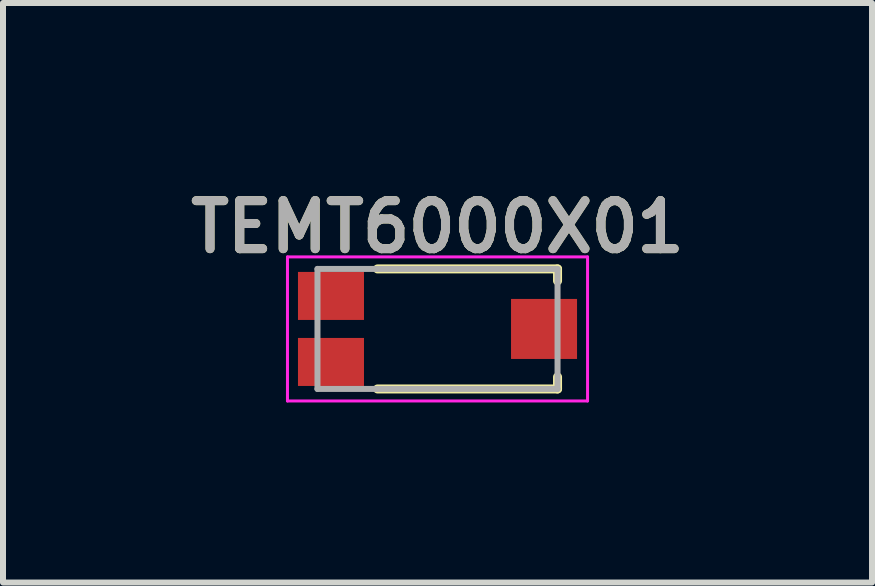
<source format=kicad_pcb>
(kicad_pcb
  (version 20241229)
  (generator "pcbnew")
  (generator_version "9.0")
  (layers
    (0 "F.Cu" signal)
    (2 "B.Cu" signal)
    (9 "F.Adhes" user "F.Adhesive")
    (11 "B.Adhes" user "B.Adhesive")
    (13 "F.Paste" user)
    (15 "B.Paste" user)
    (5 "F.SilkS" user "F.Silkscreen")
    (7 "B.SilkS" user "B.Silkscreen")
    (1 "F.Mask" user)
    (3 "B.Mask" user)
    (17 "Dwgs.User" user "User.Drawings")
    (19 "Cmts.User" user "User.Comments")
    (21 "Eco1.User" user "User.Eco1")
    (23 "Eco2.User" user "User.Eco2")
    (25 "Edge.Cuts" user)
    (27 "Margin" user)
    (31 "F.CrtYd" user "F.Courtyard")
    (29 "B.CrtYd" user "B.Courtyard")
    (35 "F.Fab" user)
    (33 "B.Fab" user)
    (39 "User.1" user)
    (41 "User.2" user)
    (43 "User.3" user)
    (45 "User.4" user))
  (footprint "TEMT6000X01"
    (layer "F.Cu")
    (at 4.24 2.431)
    (property "Reference" "TEMT6000X01" (at 0 -1.7 0) (layer "F.SilkS") (effects (font (size 0.8 0.8) (thickness 0.15))))
    (attr through_hole)
    (fp_line (start -1 -1) (end 2 -1) (stroke (width 0.15) (type solid)) (layer "F.SilkS"))
    (fp_line (start 2 -1) (end 2 -0.8) (stroke (width 0.15) (type solid)) (layer "F.SilkS"))
    (fp_line (start 2 0.8) (end 2 1) (stroke (width 0.15) (type solid)) (layer "F.SilkS"))
    (fp_line (start 2 1) (end -1 1) (stroke (width 0.15) (type solid)) (layer "F.SilkS"))
    (fp_line (start -2.5 -1.2) (end 2.5 -1.2) (stroke (width 0.05) (type solid)) (layer "F.CrtYd"))
    (fp_line (start -2.5 1.2) (end -2.5 -1.2) (stroke (width 0.05) (type solid)) (layer "F.CrtYd"))
    (fp_line (start 2.5 -1.2) (end 2.5 1.2) (stroke (width 0.05) (type solid)) (layer "F.CrtYd"))
    (fp_line (start 2.5 1.2) (end -2.5 1.2) (stroke (width 0.05) (type solid)) (layer "F.CrtYd"))
    (fp_line (start -2 -1) (end 2 -1) (stroke (width 0.1) (type solid)) (layer "F.Fab"))
    (fp_line (start -2 1) (end -2 -1) (stroke (width 0.1) (type solid)) (layer "F.Fab"))
    (fp_line (start 2 -1) (end 2 1) (stroke (width 0.1) (type solid)) (layer "F.Fab"))
    (fp_line (start 2 1) (end -2 1) (stroke (width 0.1) (type solid)) (layer "F.Fab"))
    (fp_text user "${REFERENCE}" (at 0 -1.7 0) (layer "F.Fab") (effects (font (size 0.8 0.8) (thickness 0.15))))
    (pad "B" smd rect (at -1.775 0.55) (size 1.1 0.8) (layers "F.Cu" "F.Mask" "F.Paste"))
    (pad "C" smd rect (at 1.775 0) (size 1.1 1) (layers "F.Cu" "F.Mask" "F.Paste"))
    (pad "E" smd rect (at -1.775 -0.55) (size 1.1 0.8) (layers "F.Cu" "F.Mask" "F.Paste")))
  (gr_rect
    (start -3 -3)
    (end 11.48 6.656)
    (stroke (width 0.1) (type default))
    (fill no)
    (layer "Edge.Cuts")))
</source>
